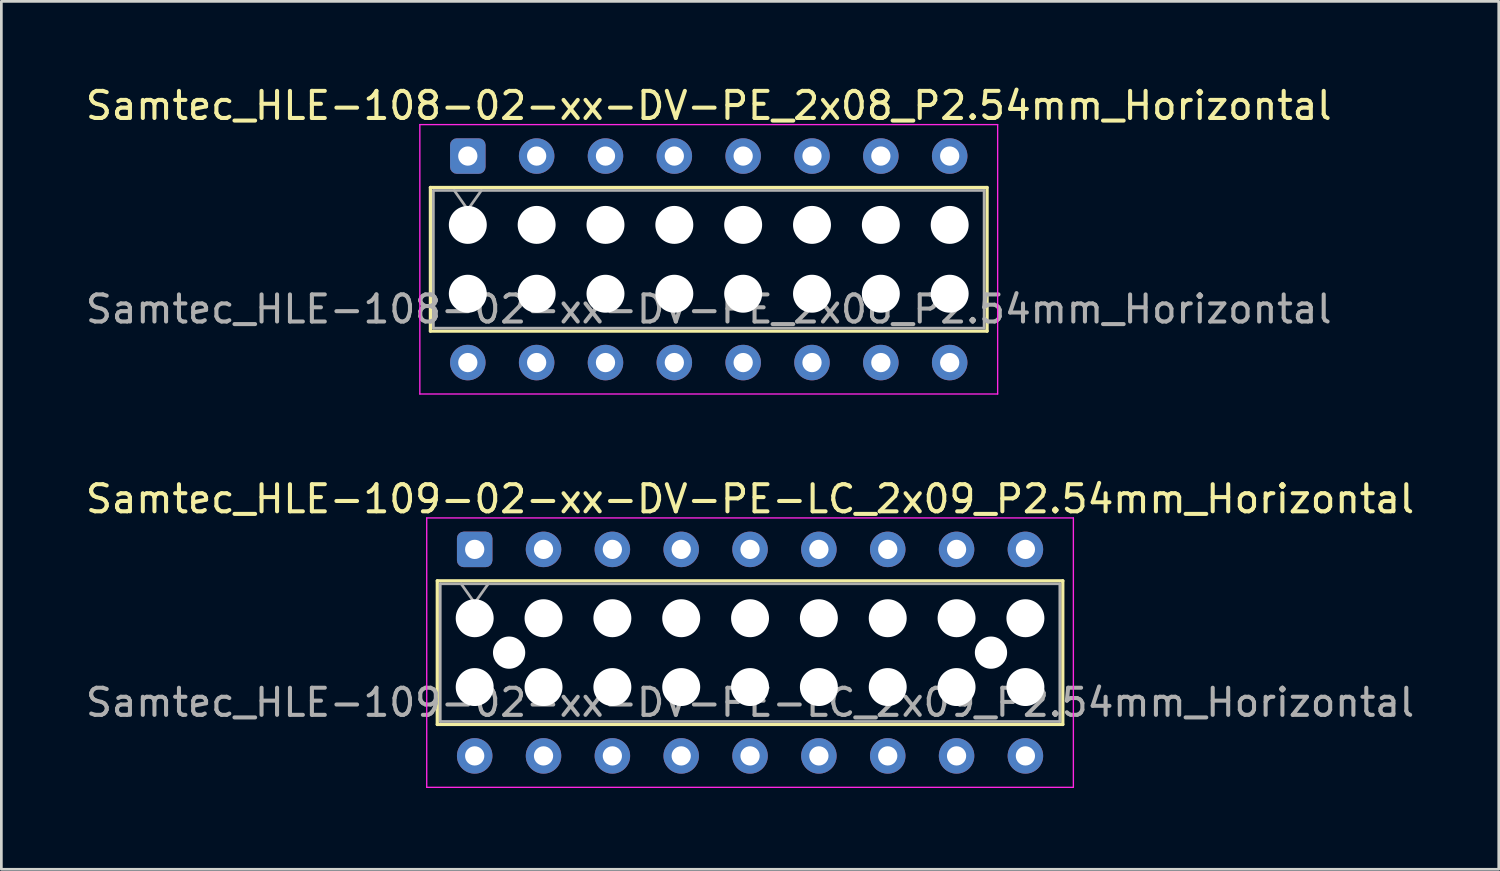
<source format=kicad_pcb>
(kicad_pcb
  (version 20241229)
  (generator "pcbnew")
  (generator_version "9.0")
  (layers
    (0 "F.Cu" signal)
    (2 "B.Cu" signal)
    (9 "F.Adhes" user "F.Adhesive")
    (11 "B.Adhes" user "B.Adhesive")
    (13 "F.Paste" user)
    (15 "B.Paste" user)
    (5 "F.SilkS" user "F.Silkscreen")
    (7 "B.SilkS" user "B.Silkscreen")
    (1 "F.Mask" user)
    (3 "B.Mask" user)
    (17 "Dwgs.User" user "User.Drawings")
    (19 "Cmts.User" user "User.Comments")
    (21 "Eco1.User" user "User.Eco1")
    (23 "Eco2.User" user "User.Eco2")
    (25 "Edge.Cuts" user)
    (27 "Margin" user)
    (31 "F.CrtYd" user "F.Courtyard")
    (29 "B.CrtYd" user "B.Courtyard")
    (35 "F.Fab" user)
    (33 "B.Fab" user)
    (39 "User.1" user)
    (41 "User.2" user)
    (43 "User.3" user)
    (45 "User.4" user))
  (footprint "Samtec_HLE-109-02-xx-DV-PE-LC_2x09_P2.54mm_Horizontal"
    (layer "F.Cu")
    (at 14.465 17.221)
    (property "Reference" "Samtec_HLE-109-02-xx-DV-PE-LC_2x09_P2.54mm_Horizontal" (at 10.16 -1.86 0) (layer "F.SilkS") (effects (font (size 1 1) (thickness 0.15))))
    (attr through_hole)
    (fp_line (start -1.38 1.16) (end 21.7 1.16) (stroke (width 0.12) (type solid)) (layer "F.SilkS"))
    (fp_line (start -1.38 6.46) (end -1.38 1.16) (stroke (width 0.12) (type solid)) (layer "F.SilkS"))
    (fp_line (start 21.7 1.16) (end 21.7 6.46) (stroke (width 0.12) (type solid)) (layer "F.SilkS"))
    (fp_line (start 21.7 6.46) (end -1.38 6.46) (stroke (width 0.12) (type solid)) (layer "F.SilkS"))
    (fp_line (start -1.77 -1.16) (end 22.09 -1.16) (stroke (width 0.05) (type solid)) (layer "F.CrtYd"))
    (fp_line (start -1.77 8.78) (end -1.77 -1.16) (stroke (width 0.05) (type solid)) (layer "F.CrtYd"))
    (fp_line (start 22.09 -1.16) (end 22.09 8.78) (stroke (width 0.05) (type solid)) (layer "F.CrtYd"))
    (fp_line (start 22.09 8.78) (end -1.77 8.78) (stroke (width 0.05) (type solid)) (layer "F.CrtYd"))
    (fp_line (start -1.27 1.27) (end 21.59 1.27) (stroke (width 0.1) (type solid)) (layer "F.Fab"))
    (fp_line (start -1.27 6.35) (end -1.27 1.27) (stroke (width 0.1) (type solid)) (layer "F.Fab"))
    (fp_line (start -0.5 1.27) (end 0 1.977) (stroke (width 0.1) (type solid)) (layer "F.Fab"))
    (fp_line (start 0 1.977) (end 0.5 1.27) (stroke (width 0.1) (type solid)) (layer "F.Fab"))
    (fp_line (start 21.59 1.27) (end 21.59 6.35) (stroke (width 0.1) (type solid)) (layer "F.Fab"))
    (fp_line (start 21.59 6.35) (end -1.27 6.35) (stroke (width 0.1) (type solid)) (layer "F.Fab"))
    (fp_text user "${REFERENCE}" (at 10.16 5.65 0) (layer "F.Fab") (effects (font (size 1 1) (thickness 0.15))))
    (pad "" np_thru_hole circle (at 0 2.54) (size 1.4 1.4) (drill 1.4) (layers "*.Cu" "*.Mask"))
    (pad "" np_thru_hole circle (at 0 5.08) (size 1.4 1.4) (drill 1.4) (layers "*.Cu" "*.Mask"))
    (pad "" np_thru_hole circle (at 1.27 3.81) (size 1.19 1.19) (drill 1.19) (layers "*.Cu" "*.Mask"))
    (pad "" np_thru_hole circle (at 2.54 2.54) (size 1.4 1.4) (drill 1.4) (layers "*.Cu" "*.Mask"))
    (pad "" np_thru_hole circle (at 2.54 5.08) (size 1.4 1.4) (drill 1.4) (layers "*.Cu" "*.Mask"))
    (pad "" np_thru_hole circle (at 5.08 2.54) (size 1.4 1.4) (drill 1.4) (layers "*.Cu" "*.Mask"))
    (pad "" np_thru_hole circle (at 5.08 5.08) (size 1.4 1.4) (drill 1.4) (layers "*.Cu" "*.Mask"))
    (pad "" np_thru_hole circle (at 7.62 2.54) (size 1.4 1.4) (drill 1.4) (layers "*.Cu" "*.Mask"))
    (pad "" np_thru_hole circle (at 7.62 5.08) (size 1.4 1.4) (drill 1.4) (layers "*.Cu" "*.Mask"))
    (pad "" np_thru_hole circle (at 10.16 2.54) (size 1.4 1.4) (drill 1.4) (layers "*.Cu" "*.Mask"))
    (pad "" np_thru_hole circle (at 10.16 5.08) (size 1.4 1.4) (drill 1.4) (layers "*.Cu" "*.Mask"))
    (pad "" np_thru_hole circle (at 12.7 2.54) (size 1.4 1.4) (drill 1.4) (layers "*.Cu" "*.Mask"))
    (pad "" np_thru_hole circle (at 12.7 5.08) (size 1.4 1.4) (drill 1.4) (layers "*.Cu" "*.Mask"))
    (pad "" np_thru_hole circle (at 15.24 2.54) (size 1.4 1.4) (drill 1.4) (layers "*.Cu" "*.Mask"))
    (pad "" np_thru_hole circle (at 15.24 5.08) (size 1.4 1.4) (drill 1.4) (layers "*.Cu" "*.Mask"))
    (pad "" np_thru_hole circle (at 17.78 2.54) (size 1.4 1.4) (drill 1.4) (layers "*.Cu" "*.Mask"))
    (pad "" np_thru_hole circle (at 17.78 5.08) (size 1.4 1.4) (drill 1.4) (layers "*.Cu" "*.Mask"))
    (pad "" np_thru_hole circle (at 19.05 3.81) (size 1.19 1.19) (drill 1.19) (layers "*.Cu" "*.Mask"))
    (pad "" np_thru_hole circle (at 20.32 2.54) (size 1.4 1.4) (drill 1.4) (layers "*.Cu" "*.Mask"))
    (pad "" np_thru_hole circle (at 20.32 5.08) (size 1.4 1.4) (drill 1.4) (layers "*.Cu" "*.Mask"))
    (pad "1" thru_hole roundrect (at 0 0) (size 1.31 1.31) (drill 0.71) (layers "*.Cu" "*.Mask") (roundrect_rratio 0.191))
    (pad "2" thru_hole circle (at 0 7.62) (size 1.31 1.31) (drill 0.71) (layers "*.Cu" "*.Mask"))
    (pad "3" thru_hole circle (at 2.54 0) (size 1.31 1.31) (drill 0.71) (layers "*.Cu" "*.Mask"))
    (pad "4" thru_hole circle (at 2.54 7.62) (size 1.31 1.31) (drill 0.71) (layers "*.Cu" "*.Mask"))
    (pad "5" thru_hole circle (at 5.08 0) (size 1.31 1.31) (drill 0.71) (layers "*.Cu" "*.Mask"))
    (pad "6" thru_hole circle (at 5.08 7.62) (size 1.31 1.31) (drill 0.71) (layers "*.Cu" "*.Mask"))
    (pad "7" thru_hole circle (at 7.62 0) (size 1.31 1.31) (drill 0.71) (layers "*.Cu" "*.Mask"))
    (pad "8" thru_hole circle (at 7.62 7.62) (size 1.31 1.31) (drill 0.71) (layers "*.Cu" "*.Mask"))
    (pad "9" thru_hole circle (at 10.16 0) (size 1.31 1.31) (drill 0.71) (layers "*.Cu" "*.Mask"))
    (pad "10" thru_hole circle (at 10.16 7.62) (size 1.31 1.31) (drill 0.71) (layers "*.Cu" "*.Mask"))
    (pad "11" thru_hole circle (at 12.7 0) (size 1.31 1.31) (drill 0.71) (layers "*.Cu" "*.Mask"))
    (pad "12" thru_hole circle (at 12.7 7.62) (size 1.31 1.31) (drill 0.71) (layers "*.Cu" "*.Mask"))
    (pad "13" thru_hole circle (at 15.24 0) (size 1.31 1.31) (drill 0.71) (layers "*.Cu" "*.Mask"))
    (pad "14" thru_hole circle (at 15.24 7.62) (size 1.31 1.31) (drill 0.71) (layers "*.Cu" "*.Mask"))
    (pad "15" thru_hole circle (at 17.78 0) (size 1.31 1.31) (drill 0.71) (layers "*.Cu" "*.Mask"))
    (pad "16" thru_hole circle (at 17.78 7.62) (size 1.31 1.31) (drill 0.71) (layers "*.Cu" "*.Mask"))
    (pad "17" thru_hole circle (at 20.32 0) (size 1.31 1.31) (drill 0.71) (layers "*.Cu" "*.Mask"))
    (pad "18" thru_hole circle (at 20.32 7.62) (size 1.31 1.31) (drill 0.71) (layers "*.Cu" "*.Mask")))
  (footprint "Samtec_HLE-108-02-xx-DV-PE_2x08_P2.54mm_Horizontal"
    (layer "F.Cu")
    (at 14.211 2.708)
    (property "Reference" "Samtec_HLE-108-02-xx-DV-PE_2x08_P2.54mm_Horizontal" (at 8.89 -1.86 0) (layer "F.SilkS") (effects (font (size 1 1) (thickness 0.15))))
    (attr through_hole)
    (fp_line (start -1.38 1.16) (end 19.16 1.16) (stroke (width 0.12) (type solid)) (layer "F.SilkS"))
    (fp_line (start -1.38 6.46) (end -1.38 1.16) (stroke (width 0.12) (type solid)) (layer "F.SilkS"))
    (fp_line (start 19.16 1.16) (end 19.16 6.46) (stroke (width 0.12) (type solid)) (layer "F.SilkS"))
    (fp_line (start 19.16 6.46) (end -1.38 6.46) (stroke (width 0.12) (type solid)) (layer "F.SilkS"))
    (fp_line (start -1.77 -1.16) (end 19.55 -1.16) (stroke (width 0.05) (type solid)) (layer "F.CrtYd"))
    (fp_line (start -1.77 8.78) (end -1.77 -1.16) (stroke (width 0.05) (type solid)) (layer "F.CrtYd"))
    (fp_line (start 19.55 -1.16) (end 19.55 8.78) (stroke (width 0.05) (type solid)) (layer "F.CrtYd"))
    (fp_line (start 19.55 8.78) (end -1.77 8.78) (stroke (width 0.05) (type solid)) (layer "F.CrtYd"))
    (fp_line (start -1.27 1.27) (end 19.05 1.27) (stroke (width 0.1) (type solid)) (layer "F.Fab"))
    (fp_line (start -1.27 6.35) (end -1.27 1.27) (stroke (width 0.1) (type solid)) (layer "F.Fab"))
    (fp_line (start -0.5 1.27) (end 0 1.977) (stroke (width 0.1) (type solid)) (layer "F.Fab"))
    (fp_line (start 0 1.977) (end 0.5 1.27) (stroke (width 0.1) (type solid)) (layer "F.Fab"))
    (fp_line (start 19.05 1.27) (end 19.05 6.35) (stroke (width 0.1) (type solid)) (layer "F.Fab"))
    (fp_line (start 19.05 6.35) (end -1.27 6.35) (stroke (width 0.1) (type solid)) (layer "F.Fab"))
    (fp_text user "${REFERENCE}" (at 8.89 5.65 0) (layer "F.Fab") (effects (font (size 1 1) (thickness 0.15))))
    (pad "" np_thru_hole circle (at 0 2.54) (size 1.4 1.4) (drill 1.4) (layers "*.Cu" "*.Mask"))
    (pad "" np_thru_hole circle (at 0 5.08) (size 1.4 1.4) (drill 1.4) (layers "*.Cu" "*.Mask"))
    (pad "" np_thru_hole circle (at 2.54 2.54) (size 1.4 1.4) (drill 1.4) (layers "*.Cu" "*.Mask"))
    (pad "" np_thru_hole circle (at 2.54 5.08) (size 1.4 1.4) (drill 1.4) (layers "*.Cu" "*.Mask"))
    (pad "" np_thru_hole circle (at 5.08 2.54) (size 1.4 1.4) (drill 1.4) (layers "*.Cu" "*.Mask"))
    (pad "" np_thru_hole circle (at 5.08 5.08) (size 1.4 1.4) (drill 1.4) (layers "*.Cu" "*.Mask"))
    (pad "" np_thru_hole circle (at 7.62 2.54) (size 1.4 1.4) (drill 1.4) (layers "*.Cu" "*.Mask"))
    (pad "" np_thru_hole circle (at 7.62 5.08) (size 1.4 1.4) (drill 1.4) (layers "*.Cu" "*.Mask"))
    (pad "" np_thru_hole circle (at 10.16 2.54) (size 1.4 1.4) (drill 1.4) (layers "*.Cu" "*.Mask"))
    (pad "" np_thru_hole circle (at 10.16 5.08) (size 1.4 1.4) (drill 1.4) (layers "*.Cu" "*.Mask"))
    (pad "" np_thru_hole circle (at 12.7 2.54) (size 1.4 1.4) (drill 1.4) (layers "*.Cu" "*.Mask"))
    (pad "" np_thru_hole circle (at 12.7 5.08) (size 1.4 1.4) (drill 1.4) (layers "*.Cu" "*.Mask"))
    (pad "" np_thru_hole circle (at 15.24 2.54) (size 1.4 1.4) (drill 1.4) (layers "*.Cu" "*.Mask"))
    (pad "" np_thru_hole circle (at 15.24 5.08) (size 1.4 1.4) (drill 1.4) (layers "*.Cu" "*.Mask"))
    (pad "" np_thru_hole circle (at 17.78 2.54) (size 1.4 1.4) (drill 1.4) (layers "*.Cu" "*.Mask"))
    (pad "" np_thru_hole circle (at 17.78 5.08) (size 1.4 1.4) (drill 1.4) (layers "*.Cu" "*.Mask"))
    (pad "1" thru_hole roundrect (at 0 0) (size 1.31 1.31) (drill 0.71) (layers "*.Cu" "*.Mask") (roundrect_rratio 0.191))
    (pad "2" thru_hole circle (at 0 7.62) (size 1.31 1.31) (drill 0.71) (layers "*.Cu" "*.Mask"))
    (pad "3" thru_hole circle (at 2.54 0) (size 1.31 1.31) (drill 0.71) (layers "*.Cu" "*.Mask"))
    (pad "4" thru_hole circle (at 2.54 7.62) (size 1.31 1.31) (drill 0.71) (layers "*.Cu" "*.Mask"))
    (pad "5" thru_hole circle (at 5.08 0) (size 1.31 1.31) (drill 0.71) (layers "*.Cu" "*.Mask"))
    (pad "6" thru_hole circle (at 5.08 7.62) (size 1.31 1.31) (drill 0.71) (layers "*.Cu" "*.Mask"))
    (pad "7" thru_hole circle (at 7.62 0) (size 1.31 1.31) (drill 0.71) (layers "*.Cu" "*.Mask"))
    (pad "8" thru_hole circle (at 7.62 7.62) (size 1.31 1.31) (drill 0.71) (layers "*.Cu" "*.Mask"))
    (pad "9" thru_hole circle (at 10.16 0) (size 1.31 1.31) (drill 0.71) (layers "*.Cu" "*.Mask"))
    (pad "10" thru_hole circle (at 10.16 7.62) (size 1.31 1.31) (drill 0.71) (layers "*.Cu" "*.Mask"))
    (pad "11" thru_hole circle (at 12.7 0) (size 1.31 1.31) (drill 0.71) (layers "*.Cu" "*.Mask"))
    (pad "12" thru_hole circle (at 12.7 7.62) (size 1.31 1.31) (drill 0.71) (layers "*.Cu" "*.Mask"))
    (pad "13" thru_hole circle (at 15.24 0) (size 1.31 1.31) (drill 0.71) (layers "*.Cu" "*.Mask"))
    (pad "14" thru_hole circle (at 15.24 7.62) (size 1.31 1.31) (drill 0.71) (layers "*.Cu" "*.Mask"))
    (pad "15" thru_hole circle (at 17.78 0) (size 1.31 1.31) (drill 0.71) (layers "*.Cu" "*.Mask"))
    (pad "16" thru_hole circle (at 17.78 7.62) (size 1.31 1.31) (drill 0.71) (layers "*.Cu" "*.Mask")))
  (gr_rect
    (start -3 -3)
    (end 52.25 29.026)
    (stroke (width 0.1) (type default))
    (fill no)
    (layer "Edge.Cuts")))
</source>
